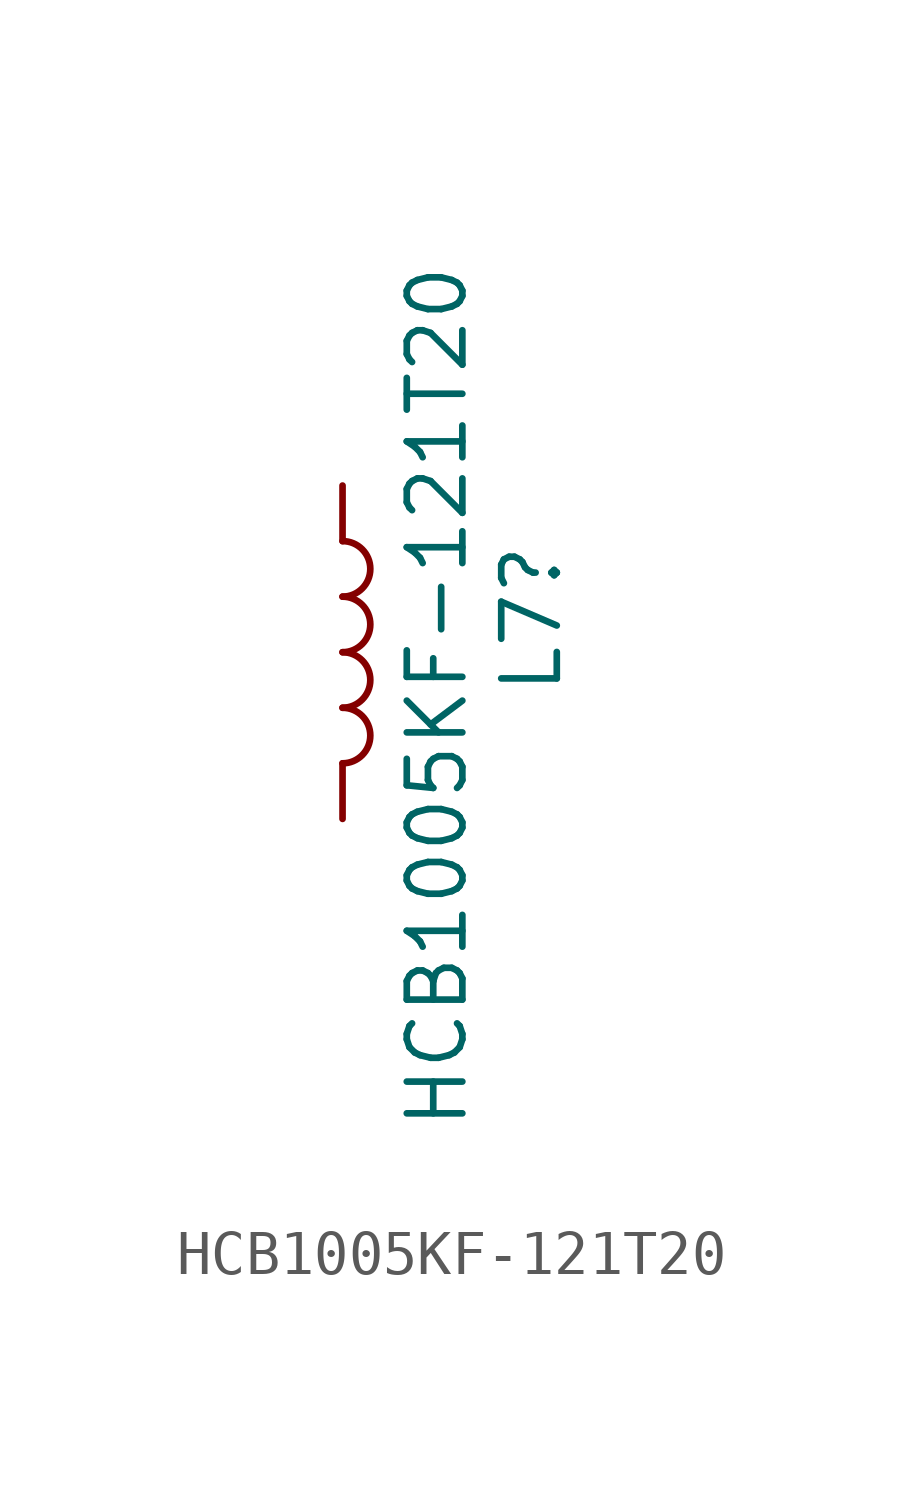
<source format=kicad_sym>
(kicad_symbol_lib
  (version 20241209)
  (generator "kicad_symbol_editor")
  (generator_version "9.0")
  (symbol "HCB1005KF-121T20"
    (pin_numbers
      (hide yes))
    (pin_names
      (offset 1.016)
      (hide yes))
    (property "Reference" "L7"
      (at 4.318 0.762 90)
      (effects (font (size 1.27 1.27))))
    (property "Value" "HCB1005KF-121T20"
      (at 2.159 -1.016 90)
      (effects (font (size 1.27 1.27))))
    (symbol "HCB1005KF-121T20_0_1"
      (arc (start 0 2.54) (mid 0.6323 1.905) (end 0 1.27) (stroke (width 0) (type default)) (fill (type none)))
      (arc (start 0 1.27) (mid 0.6323 0.635) (end 0 0) (stroke (width 0) (type default)) (fill (type none)))
      (arc (start 0 0) (mid 0.6323 -0.635) (end 0 -1.27) (stroke (width 0) (type default)) (fill (type none)))
      (arc (start 0 -1.27) (mid 0.6323 -1.905) (end 0 -2.54) (stroke (width 0) (type default)) (fill (type none))))
    (symbol "HCB1005KF-121T20_1_1"
      (pin passive line (at 0 3.81 270) (length 1.27) (name "1" (effects (font (size 1.27 1.27)))) (number "1" (effects (font (size 1.27 1.27)))))
      (pin passive line (at 0 -3.81 90) (length 1.27) (name "2" (effects (font (size 1.27 1.27)))) (number "2" (effects (font (size 1.27 1.27))))))))
</source>
